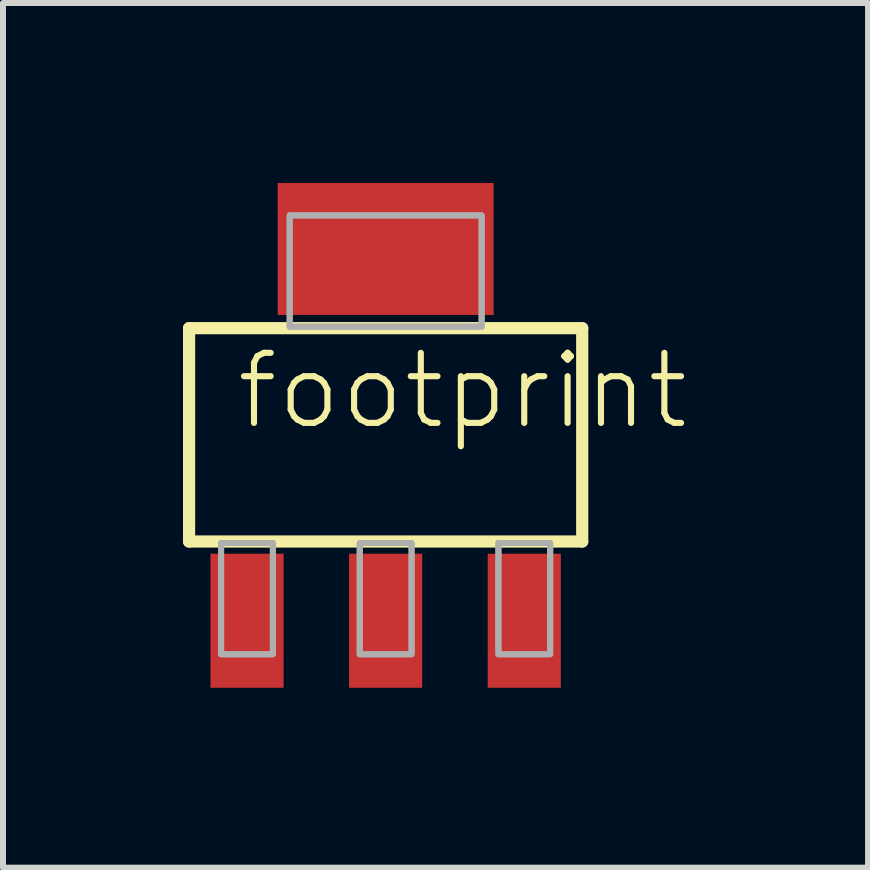
<source format=kicad_pcb>
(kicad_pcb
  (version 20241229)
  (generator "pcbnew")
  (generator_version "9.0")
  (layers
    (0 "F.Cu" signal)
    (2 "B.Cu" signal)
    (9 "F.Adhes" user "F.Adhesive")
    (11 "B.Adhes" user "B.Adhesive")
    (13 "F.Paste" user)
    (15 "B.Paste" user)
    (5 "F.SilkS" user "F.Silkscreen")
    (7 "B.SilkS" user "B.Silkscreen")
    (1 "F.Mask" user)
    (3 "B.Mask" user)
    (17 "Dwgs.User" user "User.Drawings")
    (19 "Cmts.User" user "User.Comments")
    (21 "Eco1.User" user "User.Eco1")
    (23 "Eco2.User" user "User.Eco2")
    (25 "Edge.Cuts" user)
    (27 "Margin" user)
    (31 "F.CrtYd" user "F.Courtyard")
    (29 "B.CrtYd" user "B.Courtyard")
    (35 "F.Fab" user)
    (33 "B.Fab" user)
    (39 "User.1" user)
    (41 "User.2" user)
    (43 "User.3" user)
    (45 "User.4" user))
  (footprint "footprint"
    (layer "F.Cu")
    (at 3.379 4.199)
    (property "Reference" "footprint" (at -2.54 -0.051 0) (layer "F.SilkS") (effects (font (size 1.168 1.168) (thickness 0.102)) (justify left bottom)))
    (fp_line (start -3.277 -1.778) (end 3.277 -1.778) (stroke (width 0.203) (type solid)) (layer "F.SilkS"))
    (fp_line (start -3.277 1.778) (end -3.277 -1.778) (stroke (width 0.203) (type solid)) (layer "F.SilkS"))
    (fp_line (start 3.277 -1.778) (end 3.277 1.778) (stroke (width 0.203) (type solid)) (layer "F.SilkS"))
    (fp_line (start 3.277 1.778) (end -3.277 1.778) (stroke (width 0.203) (type solid)) (layer "F.SilkS"))
    (fp_poly (pts (xy -2.743 3.658) (xy -1.88 3.658) (xy -1.88 1.803) (xy -2.743 1.803)) (stroke (width 0.1) (type solid)) (fill no) (layer "F.Fab"))
    (fp_poly (pts (xy -2.743 3.658) (xy -1.88 3.658) (xy -1.88 1.803) (xy -2.743 1.803)) (stroke (width 0.1) (type solid)) (fill no) (layer "F.Fab"))
    (fp_poly (pts (xy -1.6 -1.803) (xy 1.6 -1.803) (xy 1.6 -3.658) (xy -1.6 -3.658)) (stroke (width 0.1) (type solid)) (fill no) (layer "F.Fab"))
    (fp_poly (pts (xy -1.6 -1.803) (xy 1.6 -1.803) (xy 1.6 -3.658) (xy -1.6 -3.658)) (stroke (width 0.1) (type solid)) (fill no) (layer "F.Fab"))
    (fp_poly (pts (xy -0.432 3.658) (xy 0.432 3.658) (xy 0.432 1.803) (xy -0.432 1.803)) (stroke (width 0.1) (type solid)) (fill no) (layer "F.Fab"))
    (fp_poly (pts (xy -0.432 3.658) (xy 0.432 3.658) (xy 0.432 1.803) (xy -0.432 1.803)) (stroke (width 0.1) (type solid)) (fill no) (layer "F.Fab"))
    (fp_poly (pts (xy 1.88 3.658) (xy 2.743 3.658) (xy 2.743 1.803) (xy 1.88 1.803)) (stroke (width 0.1) (type solid)) (fill no) (layer "F.Fab"))
    (fp_poly (pts (xy 1.88 3.658) (xy 2.743 3.658) (xy 2.743 1.803) (xy 1.88 1.803)) (stroke (width 0.1) (type solid)) (fill no) (layer "F.Fab"))
    (pad "1" smd rect (at 0 -3.099) (size 3.6 2.2) (layers "F.Cu" "F.Mask" "F.Paste"))
    (pad "2" smd rect (at -2.311 3.099) (size 1.219 2.235) (layers "F.Cu" "F.Mask" "F.Paste"))
    (pad "3" smd rect (at 2.311 3.099) (size 1.219 2.235) (layers "F.Cu" "F.Mask" "F.Paste"))
    (pad "4" smd rect (at 0 3.099) (size 1.219 2.235) (layers "F.Cu" "F.Mask" "F.Paste")))
  (gr_rect
    (start -3 -3)
    (end 11.421 11.415)
    (stroke (width 0.1) (type default))
    (fill no)
    (layer "Edge.Cuts")))
</source>
